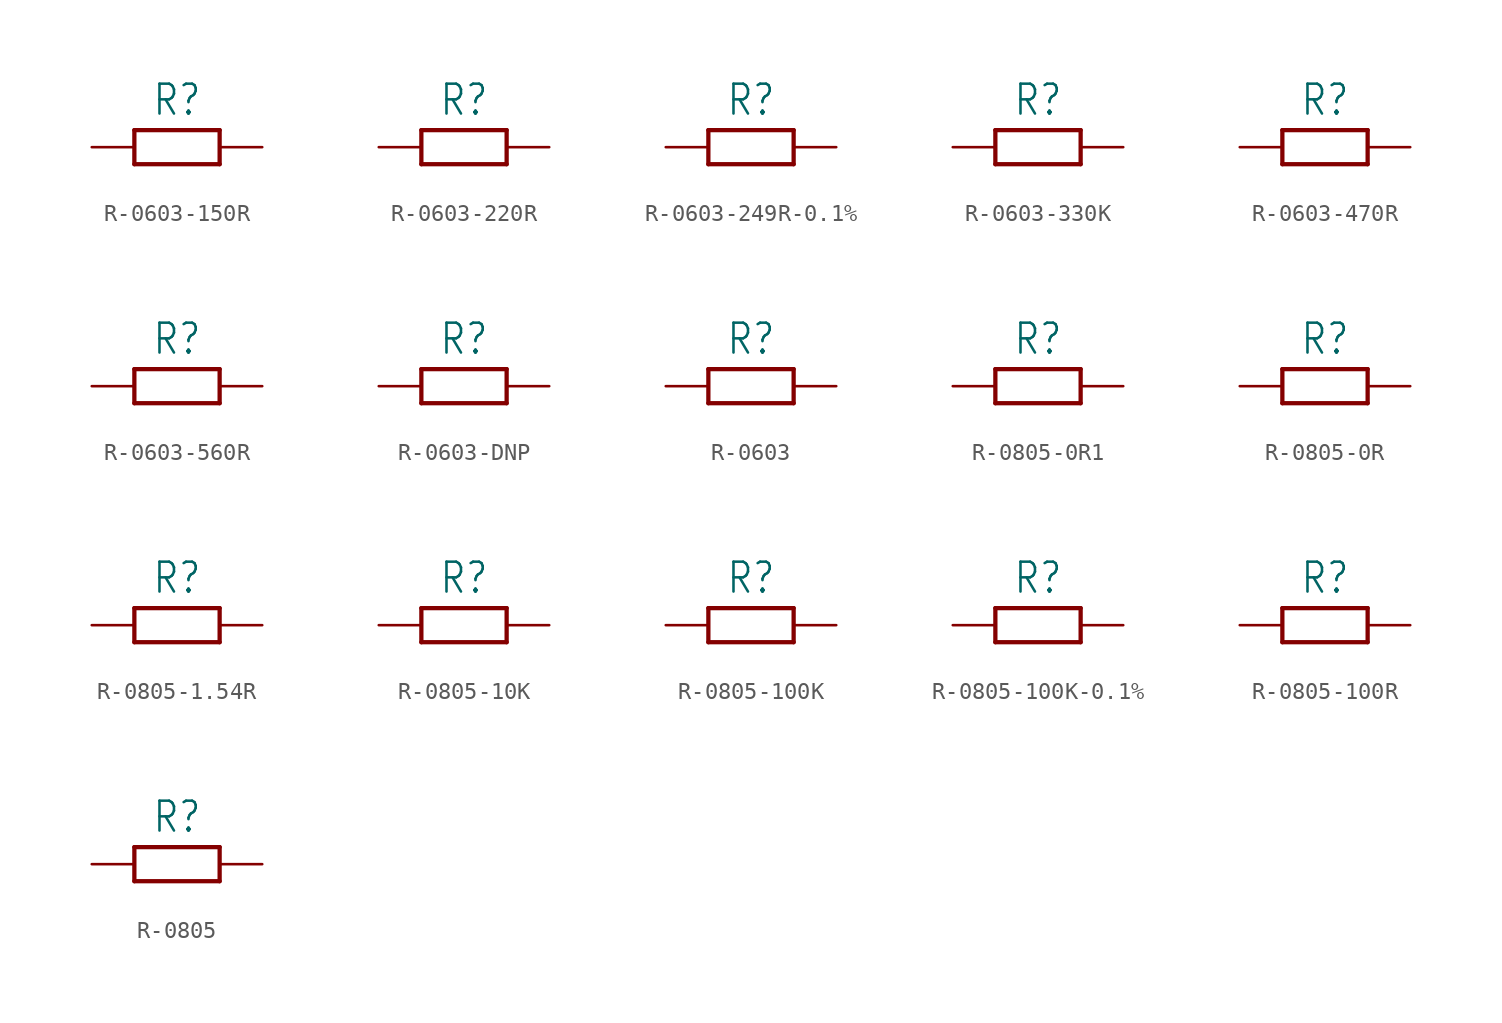
<source format=kicad_sym>
(kicad_symbol_lib
  (version 20231120)
  (generator "kicad_symbol_editor")
  (generator_version "8.0")
  (symbol "R-0603-150R"
    (property "Reference" "R"
      (at 0 1.778 0)
      (effects (font (size 1.778 1.511)) (justify bottom)))
    (property "Value" ""
      (at 0 -1.778 0)
      (effects (font (size 1.778 1.511)) (justify top)))
    (property "ki_locked" ""
      (at 0 0 0)
      (effects (font (size 1.27 1.27))))
    (symbol "R-0603-150R_1_0"
      (polyline (pts (xy -2.54 -1.016) (xy -2.54 1.016)) (stroke (width 0.254) (type solid)) (fill (type none)))
      (polyline (pts (xy -2.54 1.016) (xy 2.54 1.016)) (stroke (width 0.254) (type solid)) (fill (type none)))
      (polyline (pts (xy 2.54 -1.016) (xy -2.54 -1.016)) (stroke (width 0.254) (type solid)) (fill (type none)))
      (polyline (pts (xy 2.54 1.016) (xy 2.54 -1.016)) (stroke (width 0.254) (type solid)) (fill (type none)))
      (pin passive line (at -5.08 0 0) (length 2.54) (name "1" (effects (font (size 0 0)))) (number "1" (effects (font (size 0 0)))))
      (pin passive line (at 5.08 0 180) (length 2.54) (name "2" (effects (font (size 0 0)))) (number "2" (effects (font (size 0 0)))))))
  (symbol "R-0603-220R"
    (property "Reference" "R"
      (at 0 1.778 0)
      (effects (font (size 1.778 1.511)) (justify bottom)))
    (property "Value" ""
      (at 0 -1.778 0)
      (effects (font (size 1.778 1.511)) (justify top)))
    (property "ki_locked" ""
      (at 0 0 0)
      (effects (font (size 1.27 1.27))))
    (symbol "R-0603-220R_1_0"
      (polyline (pts (xy -2.54 -1.016) (xy -2.54 1.016)) (stroke (width 0.254) (type solid)) (fill (type none)))
      (polyline (pts (xy -2.54 1.016) (xy 2.54 1.016)) (stroke (width 0.254) (type solid)) (fill (type none)))
      (polyline (pts (xy 2.54 -1.016) (xy -2.54 -1.016)) (stroke (width 0.254) (type solid)) (fill (type none)))
      (polyline (pts (xy 2.54 1.016) (xy 2.54 -1.016)) (stroke (width 0.254) (type solid)) (fill (type none)))
      (pin passive line (at -5.08 0 0) (length 2.54) (name "1" (effects (font (size 0 0)))) (number "1" (effects (font (size 0 0)))))
      (pin passive line (at 5.08 0 180) (length 2.54) (name "2" (effects (font (size 0 0)))) (number "2" (effects (font (size 0 0)))))))
  (symbol "R-0603-249R-0.1%"
    (property "Reference" "R"
      (at 0 1.778 0)
      (effects (font (size 1.778 1.511)) (justify bottom)))
    (property "Value" ""
      (at 0 -1.778 0)
      (effects (font (size 1.778 1.511)) (justify top)))
    (property "ki_locked" ""
      (at 0 0 0)
      (effects (font (size 1.27 1.27))))
    (symbol "R-0603-249R-0.1%_1_0"
      (polyline (pts (xy -2.54 -1.016) (xy -2.54 1.016)) (stroke (width 0.254) (type solid)) (fill (type none)))
      (polyline (pts (xy -2.54 1.016) (xy 2.54 1.016)) (stroke (width 0.254) (type solid)) (fill (type none)))
      (polyline (pts (xy 2.54 -1.016) (xy -2.54 -1.016)) (stroke (width 0.254) (type solid)) (fill (type none)))
      (polyline (pts (xy 2.54 1.016) (xy 2.54 -1.016)) (stroke (width 0.254) (type solid)) (fill (type none)))
      (pin passive line (at -5.08 0 0) (length 2.54) (name "1" (effects (font (size 0 0)))) (number "1" (effects (font (size 0 0)))))
      (pin passive line (at 5.08 0 180) (length 2.54) (name "2" (effects (font (size 0 0)))) (number "2" (effects (font (size 0 0)))))))
  (symbol "R-0603-330K"
    (property "Reference" "R"
      (at 0 1.778 0)
      (effects (font (size 1.778 1.511)) (justify bottom)))
    (property "Value" ""
      (at 0 -1.778 0)
      (effects (font (size 1.778 1.511)) (justify top)))
    (property "ki_locked" ""
      (at 0 0 0)
      (effects (font (size 1.27 1.27))))
    (symbol "R-0603-330K_1_0"
      (polyline (pts (xy -2.54 -1.016) (xy -2.54 1.016)) (stroke (width 0.254) (type solid)) (fill (type none)))
      (polyline (pts (xy -2.54 1.016) (xy 2.54 1.016)) (stroke (width 0.254) (type solid)) (fill (type none)))
      (polyline (pts (xy 2.54 -1.016) (xy -2.54 -1.016)) (stroke (width 0.254) (type solid)) (fill (type none)))
      (polyline (pts (xy 2.54 1.016) (xy 2.54 -1.016)) (stroke (width 0.254) (type solid)) (fill (type none)))
      (pin passive line (at -5.08 0 0) (length 2.54) (name "1" (effects (font (size 0 0)))) (number "1" (effects (font (size 0 0)))))
      (pin passive line (at 5.08 0 180) (length 2.54) (name "2" (effects (font (size 0 0)))) (number "2" (effects (font (size 0 0)))))))
  (symbol "R-0603-470R"
    (property "Reference" "R"
      (at 0 1.778 0)
      (effects (font (size 1.778 1.511)) (justify bottom)))
    (property "Value" ""
      (at 0 -1.778 0)
      (effects (font (size 1.778 1.511)) (justify top)))
    (property "ki_locked" ""
      (at 0 0 0)
      (effects (font (size 1.27 1.27))))
    (symbol "R-0603-470R_1_0"
      (polyline (pts (xy -2.54 -1.016) (xy -2.54 1.016)) (stroke (width 0.254) (type solid)) (fill (type none)))
      (polyline (pts (xy -2.54 1.016) (xy 2.54 1.016)) (stroke (width 0.254) (type solid)) (fill (type none)))
      (polyline (pts (xy 2.54 -1.016) (xy -2.54 -1.016)) (stroke (width 0.254) (type solid)) (fill (type none)))
      (polyline (pts (xy 2.54 1.016) (xy 2.54 -1.016)) (stroke (width 0.254) (type solid)) (fill (type none)))
      (pin passive line (at -5.08 0 0) (length 2.54) (name "1" (effects (font (size 0 0)))) (number "1" (effects (font (size 0 0)))))
      (pin passive line (at 5.08 0 180) (length 2.54) (name "2" (effects (font (size 0 0)))) (number "2" (effects (font (size 0 0)))))))
  (symbol "R-0603-560R"
    (property "Reference" "R"
      (at 0 1.778 0)
      (effects (font (size 1.778 1.511)) (justify bottom)))
    (property "Value" ""
      (at 0 -1.778 0)
      (effects (font (size 1.778 1.511)) (justify top)))
    (property "ki_locked" ""
      (at 0 0 0)
      (effects (font (size 1.27 1.27))))
    (symbol "R-0603-560R_1_0"
      (polyline (pts (xy -2.54 -1.016) (xy -2.54 1.016)) (stroke (width 0.254) (type solid)) (fill (type none)))
      (polyline (pts (xy -2.54 1.016) (xy 2.54 1.016)) (stroke (width 0.254) (type solid)) (fill (type none)))
      (polyline (pts (xy 2.54 -1.016) (xy -2.54 -1.016)) (stroke (width 0.254) (type solid)) (fill (type none)))
      (polyline (pts (xy 2.54 1.016) (xy 2.54 -1.016)) (stroke (width 0.254) (type solid)) (fill (type none)))
      (pin passive line (at -5.08 0 0) (length 2.54) (name "1" (effects (font (size 0 0)))) (number "1" (effects (font (size 0 0)))))
      (pin passive line (at 5.08 0 180) (length 2.54) (name "2" (effects (font (size 0 0)))) (number "2" (effects (font (size 0 0)))))))
  (symbol "R-0603-DNP"
    (property "Reference" "R"
      (at 0 1.778 0)
      (effects (font (size 1.778 1.511)) (justify bottom)))
    (property "Value" ""
      (at 0 -1.778 0)
      (effects (font (size 1.778 1.511)) (justify top)))
    (property "ki_locked" ""
      (at 0 0 0)
      (effects (font (size 1.27 1.27))))
    (symbol "R-0603-DNP_1_0"
      (polyline (pts (xy -2.54 -1.016) (xy -2.54 1.016)) (stroke (width 0.254) (type solid)) (fill (type none)))
      (polyline (pts (xy -2.54 1.016) (xy 2.54 1.016)) (stroke (width 0.254) (type solid)) (fill (type none)))
      (polyline (pts (xy 2.54 -1.016) (xy -2.54 -1.016)) (stroke (width 0.254) (type solid)) (fill (type none)))
      (polyline (pts (xy 2.54 1.016) (xy 2.54 -1.016)) (stroke (width 0.254) (type solid)) (fill (type none)))
      (pin passive line (at -5.08 0 0) (length 2.54) (name "1" (effects (font (size 0 0)))) (number "1" (effects (font (size 0 0)))))
      (pin passive line (at 5.08 0 180) (length 2.54) (name "2" (effects (font (size 0 0)))) (number "2" (effects (font (size 0 0)))))))
  (symbol "R-0603"
    (property "Reference" "R"
      (at 0 1.778 0)
      (effects (font (size 1.778 1.511)) (justify bottom)))
    (property "Value" ""
      (at 0 -1.778 0)
      (effects (font (size 1.778 1.511)) (justify top)))
    (property "ki_locked" ""
      (at 0 0 0)
      (effects (font (size 1.27 1.27))))
    (symbol "R-0603_1_0"
      (polyline (pts (xy -2.54 -1.016) (xy -2.54 1.016)) (stroke (width 0.254) (type solid)) (fill (type none)))
      (polyline (pts (xy -2.54 1.016) (xy 2.54 1.016)) (stroke (width 0.254) (type solid)) (fill (type none)))
      (polyline (pts (xy 2.54 -1.016) (xy -2.54 -1.016)) (stroke (width 0.254) (type solid)) (fill (type none)))
      (polyline (pts (xy 2.54 1.016) (xy 2.54 -1.016)) (stroke (width 0.254) (type solid)) (fill (type none)))
      (pin passive line (at -5.08 0 0) (length 2.54) (name "1" (effects (font (size 0 0)))) (number "1" (effects (font (size 0 0)))))
      (pin passive line (at 5.08 0 180) (length 2.54) (name "2" (effects (font (size 0 0)))) (number "2" (effects (font (size 0 0)))))))
  (symbol "R-0805-0R1"
    (property "Reference" "R"
      (at 0 1.778 0)
      (effects (font (size 1.778 1.511)) (justify bottom)))
    (property "Value" ""
      (at 0 -1.778 0)
      (effects (font (size 1.778 1.511)) (justify top)))
    (property "ki_locked" ""
      (at 0 0 0)
      (effects (font (size 1.27 1.27))))
    (symbol "R-0805-0R1_1_0"
      (polyline (pts (xy -2.54 -1.016) (xy -2.54 1.016)) (stroke (width 0.254) (type solid)) (fill (type none)))
      (polyline (pts (xy -2.54 1.016) (xy 2.54 1.016)) (stroke (width 0.254) (type solid)) (fill (type none)))
      (polyline (pts (xy 2.54 -1.016) (xy -2.54 -1.016)) (stroke (width 0.254) (type solid)) (fill (type none)))
      (polyline (pts (xy 2.54 1.016) (xy 2.54 -1.016)) (stroke (width 0.254) (type solid)) (fill (type none)))
      (pin passive line (at -5.08 0 0) (length 2.54) (name "1" (effects (font (size 0 0)))) (number "1" (effects (font (size 0 0)))))
      (pin passive line (at 5.08 0 180) (length 2.54) (name "2" (effects (font (size 0 0)))) (number "2" (effects (font (size 0 0)))))))
  (symbol "R-0805-0R"
    (property "Reference" "R"
      (at 0 1.778 0)
      (effects (font (size 1.778 1.511)) (justify bottom)))
    (property "Value" ""
      (at 0 -1.778 0)
      (effects (font (size 1.778 1.511)) (justify top)))
    (property "ki_locked" ""
      (at 0 0 0)
      (effects (font (size 1.27 1.27))))
    (symbol "R-0805-0R_1_0"
      (polyline (pts (xy -2.54 -1.016) (xy -2.54 1.016)) (stroke (width 0.254) (type solid)) (fill (type none)))
      (polyline (pts (xy -2.54 1.016) (xy 2.54 1.016)) (stroke (width 0.254) (type solid)) (fill (type none)))
      (polyline (pts (xy 2.54 -1.016) (xy -2.54 -1.016)) (stroke (width 0.254) (type solid)) (fill (type none)))
      (polyline (pts (xy 2.54 1.016) (xy 2.54 -1.016)) (stroke (width 0.254) (type solid)) (fill (type none)))
      (pin passive line (at -5.08 0 0) (length 2.54) (name "1" (effects (font (size 0 0)))) (number "1" (effects (font (size 0 0)))))
      (pin passive line (at 5.08 0 180) (length 2.54) (name "2" (effects (font (size 0 0)))) (number "2" (effects (font (size 0 0)))))))
  (symbol "R-0805-1.54R"
    (property "Reference" "R"
      (at 0 1.778 0)
      (effects (font (size 1.778 1.511)) (justify bottom)))
    (property "Value" ""
      (at 0 -1.778 0)
      (effects (font (size 1.778 1.511)) (justify top)))
    (property "ki_locked" ""
      (at 0 0 0)
      (effects (font (size 1.27 1.27))))
    (symbol "R-0805-1.54R_1_0"
      (polyline (pts (xy -2.54 -1.016) (xy -2.54 1.016)) (stroke (width 0.254) (type solid)) (fill (type none)))
      (polyline (pts (xy -2.54 1.016) (xy 2.54 1.016)) (stroke (width 0.254) (type solid)) (fill (type none)))
      (polyline (pts (xy 2.54 -1.016) (xy -2.54 -1.016)) (stroke (width 0.254) (type solid)) (fill (type none)))
      (polyline (pts (xy 2.54 1.016) (xy 2.54 -1.016)) (stroke (width 0.254) (type solid)) (fill (type none)))
      (pin passive line (at -5.08 0 0) (length 2.54) (name "1" (effects (font (size 0 0)))) (number "1" (effects (font (size 0 0)))))
      (pin passive line (at 5.08 0 180) (length 2.54) (name "2" (effects (font (size 0 0)))) (number "2" (effects (font (size 0 0)))))))
  (symbol "R-0805-10K"
    (property "Reference" "R"
      (at 0 1.778 0)
      (effects (font (size 1.778 1.511)) (justify bottom)))
    (property "Value" ""
      (at 0 -1.778 0)
      (effects (font (size 1.778 1.511)) (justify top)))
    (property "ki_locked" ""
      (at 0 0 0)
      (effects (font (size 1.27 1.27))))
    (symbol "R-0805-10K_1_0"
      (polyline (pts (xy -2.54 -1.016) (xy -2.54 1.016)) (stroke (width 0.254) (type solid)) (fill (type none)))
      (polyline (pts (xy -2.54 1.016) (xy 2.54 1.016)) (stroke (width 0.254) (type solid)) (fill (type none)))
      (polyline (pts (xy 2.54 -1.016) (xy -2.54 -1.016)) (stroke (width 0.254) (type solid)) (fill (type none)))
      (polyline (pts (xy 2.54 1.016) (xy 2.54 -1.016)) (stroke (width 0.254) (type solid)) (fill (type none)))
      (pin passive line (at -5.08 0 0) (length 2.54) (name "1" (effects (font (size 0 0)))) (number "1" (effects (font (size 0 0)))))
      (pin passive line (at 5.08 0 180) (length 2.54) (name "2" (effects (font (size 0 0)))) (number "2" (effects (font (size 0 0)))))))
  (symbol "R-0805-100K"
    (property "Reference" "R"
      (at 0 1.778 0)
      (effects (font (size 1.778 1.511)) (justify bottom)))
    (property "Value" ""
      (at 0 -1.778 0)
      (effects (font (size 1.778 1.511)) (justify top)))
    (property "ki_locked" ""
      (at 0 0 0)
      (effects (font (size 1.27 1.27))))
    (symbol "R-0805-100K_1_0"
      (polyline (pts (xy -2.54 -1.016) (xy -2.54 1.016)) (stroke (width 0.254) (type solid)) (fill (type none)))
      (polyline (pts (xy -2.54 1.016) (xy 2.54 1.016)) (stroke (width 0.254) (type solid)) (fill (type none)))
      (polyline (pts (xy 2.54 -1.016) (xy -2.54 -1.016)) (stroke (width 0.254) (type solid)) (fill (type none)))
      (polyline (pts (xy 2.54 1.016) (xy 2.54 -1.016)) (stroke (width 0.254) (type solid)) (fill (type none)))
      (pin passive line (at -5.08 0 0) (length 2.54) (name "1" (effects (font (size 0 0)))) (number "1" (effects (font (size 0 0)))))
      (pin passive line (at 5.08 0 180) (length 2.54) (name "2" (effects (font (size 0 0)))) (number "2" (effects (font (size 0 0)))))))
  (symbol "R-0805-100K-0.1%"
    (property "Reference" "R"
      (at 0 1.778 0)
      (effects (font (size 1.778 1.511)) (justify bottom)))
    (property "Value" ""
      (at 0 -1.778 0)
      (effects (font (size 1.778 1.511)) (justify top)))
    (property "ki_locked" ""
      (at 0 0 0)
      (effects (font (size 1.27 1.27))))
    (symbol "R-0805-100K-0.1%_1_0"
      (polyline (pts (xy -2.54 -1.016) (xy -2.54 1.016)) (stroke (width 0.254) (type solid)) (fill (type none)))
      (polyline (pts (xy -2.54 1.016) (xy 2.54 1.016)) (stroke (width 0.254) (type solid)) (fill (type none)))
      (polyline (pts (xy 2.54 -1.016) (xy -2.54 -1.016)) (stroke (width 0.254) (type solid)) (fill (type none)))
      (polyline (pts (xy 2.54 1.016) (xy 2.54 -1.016)) (stroke (width 0.254) (type solid)) (fill (type none)))
      (pin passive line (at -5.08 0 0) (length 2.54) (name "1" (effects (font (size 0 0)))) (number "1" (effects (font (size 0 0)))))
      (pin passive line (at 5.08 0 180) (length 2.54) (name "2" (effects (font (size 0 0)))) (number "2" (effects (font (size 0 0)))))))
  (symbol "R-0805-100R"
    (property "Reference" "R"
      (at 0 1.778 0)
      (effects (font (size 1.778 1.511)) (justify bottom)))
    (property "Value" ""
      (at 0 -1.778 0)
      (effects (font (size 1.778 1.511)) (justify top)))
    (property "ki_locked" ""
      (at 0 0 0)
      (effects (font (size 1.27 1.27))))
    (symbol "R-0805-100R_1_0"
      (polyline (pts (xy -2.54 -1.016) (xy -2.54 1.016)) (stroke (width 0.254) (type solid)) (fill (type none)))
      (polyline (pts (xy -2.54 1.016) (xy 2.54 1.016)) (stroke (width 0.254) (type solid)) (fill (type none)))
      (polyline (pts (xy 2.54 -1.016) (xy -2.54 -1.016)) (stroke (width 0.254) (type solid)) (fill (type none)))
      (polyline (pts (xy 2.54 1.016) (xy 2.54 -1.016)) (stroke (width 0.254) (type solid)) (fill (type none)))
      (pin passive line (at -5.08 0 0) (length 2.54) (name "1" (effects (font (size 0 0)))) (number "1" (effects (font (size 0 0)))))
      (pin passive line (at 5.08 0 180) (length 2.54) (name "2" (effects (font (size 0 0)))) (number "2" (effects (font (size 0 0)))))))
  (symbol "R-0805"
    (property "Reference" "R"
      (at 0 1.778 0)
      (effects (font (size 1.778 1.511)) (justify bottom)))
    (property "Value" ""
      (at 0 -1.778 0)
      (effects (font (size 1.778 1.511)) (justify top)))
    (property "ki_locked" ""
      (at 0 0 0)
      (effects (font (size 1.27 1.27))))
    (symbol "R-0805_1_0"
      (polyline (pts (xy -2.54 -1.016) (xy -2.54 1.016)) (stroke (width 0.254) (type solid)) (fill (type none)))
      (polyline (pts (xy -2.54 1.016) (xy 2.54 1.016)) (stroke (width 0.254) (type solid)) (fill (type none)))
      (polyline (pts (xy 2.54 -1.016) (xy -2.54 -1.016)) (stroke (width 0.254) (type solid)) (fill (type none)))
      (polyline (pts (xy 2.54 1.016) (xy 2.54 -1.016)) (stroke (width 0.254) (type solid)) (fill (type none)))
      (pin passive line (at -5.08 0 0) (length 2.54) (name "1" (effects (font (size 0 0)))) (number "1" (effects (font (size 0 0)))))
      (pin passive line (at 5.08 0 180) (length 2.54) (name "2" (effects (font (size 0 0)))) (number "2" (effects (font (size 0 0))))))))
</source>
